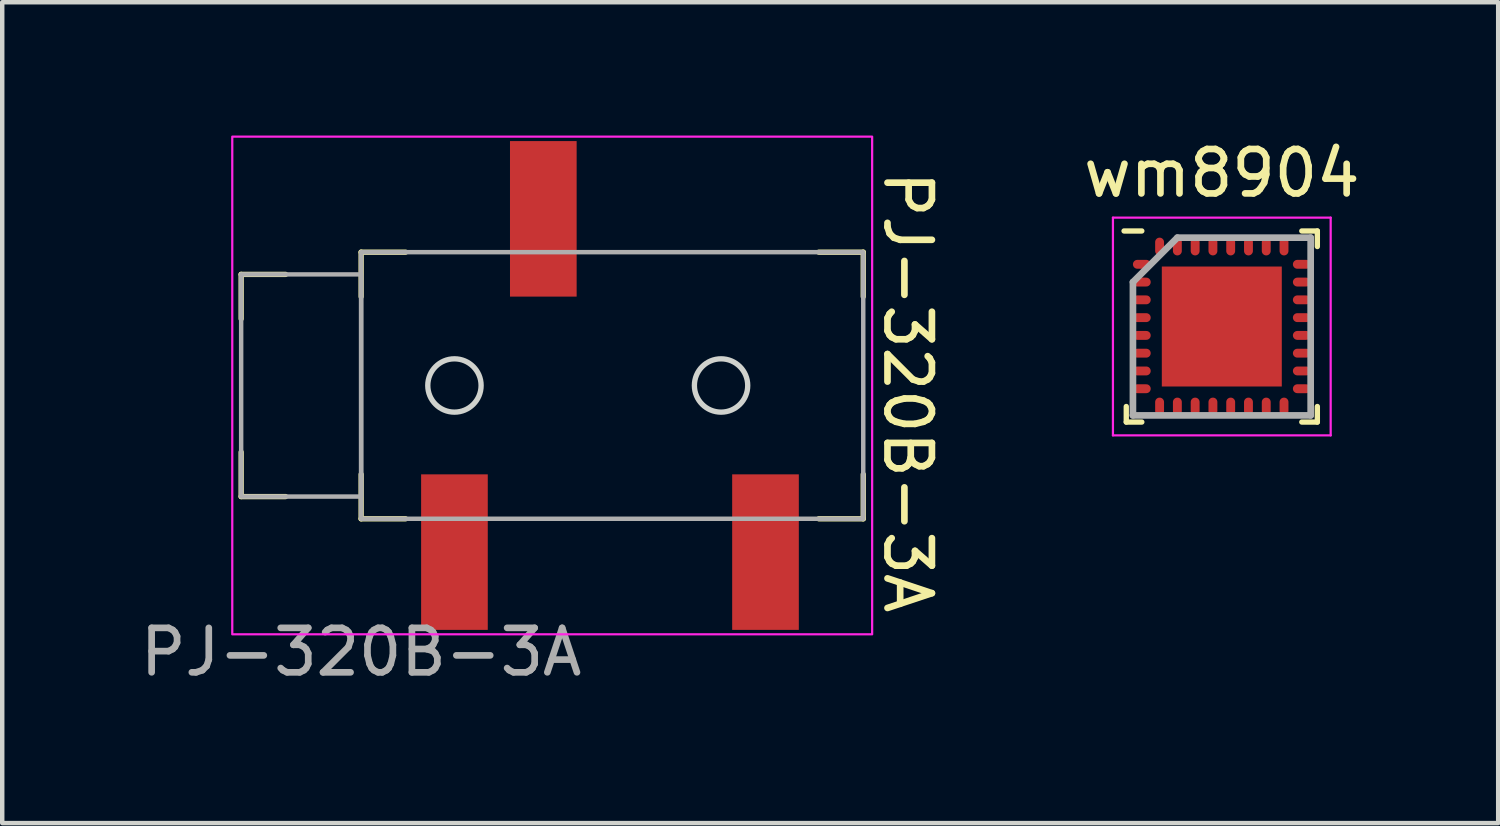
<source format=kicad_pcb>
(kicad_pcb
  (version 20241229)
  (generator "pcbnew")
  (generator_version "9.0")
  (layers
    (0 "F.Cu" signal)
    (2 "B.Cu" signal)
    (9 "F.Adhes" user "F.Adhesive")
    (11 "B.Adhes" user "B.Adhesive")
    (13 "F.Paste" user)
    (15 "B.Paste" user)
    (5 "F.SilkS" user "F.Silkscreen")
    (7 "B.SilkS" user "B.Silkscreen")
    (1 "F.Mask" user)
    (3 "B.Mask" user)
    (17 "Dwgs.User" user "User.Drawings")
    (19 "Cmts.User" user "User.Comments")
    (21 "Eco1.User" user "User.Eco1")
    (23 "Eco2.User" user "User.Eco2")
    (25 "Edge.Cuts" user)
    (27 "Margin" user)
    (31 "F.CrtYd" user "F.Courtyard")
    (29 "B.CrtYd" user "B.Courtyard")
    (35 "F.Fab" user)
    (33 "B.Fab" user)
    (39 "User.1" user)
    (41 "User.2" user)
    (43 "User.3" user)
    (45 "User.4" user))
  (footprint "wm8904"
    (layer "F.Cu")
    (at 24.446 4.298)
    (property "Reference" "wm8904" (at 0 -3.45 0) (layer "F.SilkS") (effects (font (size 1 1) (thickness 0.15))))
    (attr through_hole)
    (fp_line (start -2.15 2.15) (end -2.15 1.8) (stroke (width 0.12) (type solid)) (layer "F.SilkS"))
    (fp_line (start -1.8 -2.15) (end -2.2 -2.15) (stroke (width 0.12) (type solid)) (layer "F.SilkS"))
    (fp_line (start -1.8 2.15) (end -2.15 2.15) (stroke (width 0.12) (type solid)) (layer "F.SilkS"))
    (fp_line (start 1.8 -2.15) (end 2.15 -2.15) (stroke (width 0.12) (type solid)) (layer "F.SilkS"))
    (fp_line (start 1.8 2.15) (end 2.15 2.15) (stroke (width 0.12) (type solid)) (layer "F.SilkS"))
    (fp_line (start 2.15 -2.15) (end 2.15 -1.8) (stroke (width 0.12) (type solid)) (layer "F.SilkS"))
    (fp_line (start 2.15 2.15) (end 2.15 1.8) (stroke (width 0.12) (type solid)) (layer "F.SilkS"))
    (fp_line (start -2.45 -2.45) (end 2.45 -2.45) (stroke (width 0.05) (type solid)) (layer "F.CrtYd"))
    (fp_line (start -2.45 2.45) (end -2.45 -2.45) (stroke (width 0.05) (type solid)) (layer "F.CrtYd"))
    (fp_line (start 2.45 -2.45) (end 2.45 2.45) (stroke (width 0.05) (type solid)) (layer "F.CrtYd"))
    (fp_line (start 2.45 2.45) (end -2.45 2.45) (stroke (width 0.05) (type solid)) (layer "F.CrtYd"))
    (fp_line (start -2 -1) (end -2 2) (stroke (width 0.15) (type solid)) (layer "F.Fab"))
    (fp_line (start -2 2) (end 2 2) (stroke (width 0.15) (type solid)) (layer "F.Fab"))
    (fp_line (start -1 -2) (end -2 -1) (stroke (width 0.15) (type solid)) (layer "F.Fab"))
    (fp_line (start 2 -2) (end -1 -2) (stroke (width 0.15) (type solid)) (layer "F.Fab"))
    (fp_line (start 2 2) (end 2 -2) (stroke (width 0.15) (type solid)) (layer "F.Fab"))
    (pad "1" smd oval (at -1.8 -1.4 90) (size 0.2 0.4) (layers "F.Cu" "F.Mask" "F.Paste"))
    (pad "2" smd oval (at -1.8 -1 90) (size 0.2 0.4) (layers "F.Cu" "F.Mask" "F.Paste"))
    (pad "3" smd oval (at -1.8 -0.6 90) (size 0.2 0.4) (layers "F.Cu" "F.Mask" "F.Paste"))
    (pad "4" smd oval (at -1.8 -0.2 90) (size 0.2 0.4) (layers "F.Cu" "F.Mask" "F.Paste"))
    (pad "5" smd oval (at -1.8 0.2 90) (size 0.2 0.4) (layers "F.Cu" "F.Mask" "F.Paste"))
    (pad "6" smd oval (at -1.8 0.6 90) (size 0.2 0.4) (layers "F.Cu" "F.Mask" "F.Paste"))
    (pad "7" smd oval (at -1.8 1 90) (size 0.2 0.4) (layers "F.Cu" "F.Mask" "F.Paste"))
    (pad "8" smd oval (at -1.8 1.4 90) (size 0.2 0.4) (layers "F.Cu" "F.Mask" "F.Paste"))
    (pad "9" smd oval (at -1.4 1.8) (size 0.2 0.4) (layers "F.Cu" "F.Mask" "F.Paste"))
    (pad "10" smd oval (at -1 1.8) (size 0.2 0.4) (layers "F.Cu" "F.Mask" "F.Paste"))
    (pad "11" smd oval (at -0.6 1.8) (size 0.2 0.4) (layers "F.Cu" "F.Mask" "F.Paste"))
    (pad "12" smd oval (at -0.2 1.8) (size 0.2 0.4) (layers "F.Cu" "F.Mask" "F.Paste"))
    (pad "13" smd oval (at 0.2 1.8) (size 0.2 0.4) (layers "F.Cu" "F.Mask" "F.Paste"))
    (pad "14" smd oval (at 0.6 1.8) (size 0.2 0.4) (layers "F.Cu" "F.Mask" "F.Paste"))
    (pad "15" smd oval (at 1 1.8) (size 0.2 0.4) (layers "F.Cu" "F.Mask" "F.Paste"))
    (pad "16" smd oval (at 1.4 1.8) (size 0.2 0.4) (layers "F.Cu" "F.Mask" "F.Paste"))
    (pad "17" smd oval (at 1.8 1.4 90) (size 0.2 0.4) (layers "F.Cu" "F.Mask" "F.Paste"))
    (pad "18" smd oval (at 1.8 1 90) (size 0.2 0.4) (layers "F.Cu" "F.Mask" "F.Paste"))
    (pad "19" smd oval (at 1.8 0.6 90) (size 0.2 0.4) (layers "F.Cu" "F.Mask" "F.Paste"))
    (pad "20" smd oval (at 1.8 0.2 90) (size 0.2 0.4) (layers "F.Cu" "F.Mask" "F.Paste"))
    (pad "21" smd oval (at 1.8 -0.2 90) (size 0.2 0.4) (layers "F.Cu" "F.Mask" "F.Paste"))
    (pad "22" smd oval (at 1.8 -0.6 90) (size 0.2 0.4) (layers "F.Cu" "F.Mask" "F.Paste"))
    (pad "23" smd oval (at 1.8 -1 90) (size 0.2 0.4) (layers "F.Cu" "F.Mask" "F.Paste"))
    (pad "24" smd oval (at 1.8 -1.4 90) (size 0.2 0.4) (layers "F.Cu" "F.Mask" "F.Paste"))
    (pad "25" smd oval (at 1.4 -1.8) (size 0.2 0.4) (layers "F.Cu" "F.Mask" "F.Paste"))
    (pad "26" smd oval (at 1 -1.8) (size 0.2 0.4) (layers "F.Cu" "F.Mask" "F.Paste"))
    (pad "27" smd oval (at 0.6 -1.8) (size 0.2 0.4) (layers "F.Cu" "F.Mask" "F.Paste"))
    (pad "28" smd oval (at 0.2 -1.8) (size 0.2 0.4) (layers "F.Cu" "F.Mask" "F.Paste"))
    (pad "29" smd oval (at -0.2 -1.8) (size 0.2 0.4) (layers "F.Cu" "F.Mask" "F.Paste"))
    (pad "30" smd oval (at -0.6 -1.8) (size 0.2 0.4) (layers "F.Cu" "F.Mask" "F.Paste"))
    (pad "31" smd oval (at -1 -1.8) (size 0.2 0.4) (layers "F.Cu" "F.Mask" "F.Paste"))
    (pad "32" smd oval (at -1.4 -1.8) (size 0.2 0.4) (layers "F.Cu" "F.Mask" "F.Paste"))
    (pad "33" smd rect (at 0 0) (size 2.7 2.7) (layers "F.Cu" "F.Mask" "F.Paste")))
  (footprint "PJ-320B-3A"
    (layer "F.Cu")
    (at 10.727 5.625)
    (property "Reference" "PJ-320B-3A" (at 6.65 0.15 270) (unlocked yes) (layer "F.SilkS") (effects (font (size 1 1) (thickness 0.15))))
    (attr smd)
    (fp_line (start -8.35 -2.5) (end -8.35 -1.5) (stroke (width 0.12) (type solid)) (layer "F.SilkS"))
    (fp_line (start -8.35 2.5) (end -8.35 1.5) (stroke (width 0.12) (type solid)) (layer "F.SilkS"))
    (fp_line (start -7.35 -2.5) (end -8.35 -2.5) (stroke (width 0.12) (type solid)) (layer "F.SilkS"))
    (fp_line (start -7.35 2.5) (end -8.35 2.5) (stroke (width 0.12) (type solid)) (layer "F.SilkS"))
    (fp_line (start -5.65 -3) (end -5.65 -2) (stroke (width 0.12) (type solid)) (layer "F.SilkS"))
    (fp_line (start -5.65 3) (end -5.65 2) (stroke (width 0.12) (type solid)) (layer "F.SilkS"))
    (fp_line (start -4.65 -3) (end -5.65 -3) (stroke (width 0.12) (type solid)) (layer "F.SilkS"))
    (fp_line (start -4.65 3) (end -5.65 3) (stroke (width 0.12) (type solid)) (layer "F.SilkS"))
    (fp_line (start 4.65 -3) (end 5.65 -3) (stroke (width 0.12) (type solid)) (layer "F.SilkS"))
    (fp_line (start 5.65 -3) (end 5.65 -2) (stroke (width 0.12) (type solid)) (layer "F.SilkS"))
    (fp_line (start 5.65 2) (end 5.65 3) (stroke (width 0.12) (type solid)) (layer "F.SilkS"))
    (fp_line (start 5.65 3) (end 4.65 3) (stroke (width 0.12) (type solid)) (layer "F.SilkS"))
    (fp_circle (center -3.55 0) (end -3.55 0.6) (stroke (width 0.12) (type solid)) (fill no) (layer "Edge.Cuts"))
    (fp_circle (center 2.45 0) (end 2.45 0.6) (stroke (width 0.12) (type solid)) (fill no) (layer "Edge.Cuts"))
    (fp_rect (start 5.85 -5.6) (end -8.55 5.6) (stroke (width 0.05) (type solid)) (fill no) (layer "F.CrtYd"))
    (fp_rect (start -5.65 -3) (end 5.65 3) (stroke (width 0.1) (type solid)) (fill no) (layer "F.Fab"))
    (fp_rect (start -5.65 -2.5) (end -8.35 2.5) (stroke (width 0.1) (type solid)) (fill no) (layer "F.Fab"))
    (fp_text user "${REFERENCE}" (at -5.65 6 0) (unlocked yes) (layer "F.Fab") (effects (font (size 1 1) (thickness 0.15))))
    (pad "R" smd rect (at -1.55 -3.75 270) (size 3.5 1.5) (layers "F.Cu" "F.Mask" "F.Paste"))
    (pad "S" smd rect (at -3.55 3.75 270) (size 3.5 1.5) (layers "F.Cu" "F.Mask" "F.Paste"))
    (pad "T" smd rect (at 3.45 3.75 270) (size 3.5 1.5) (layers "F.Cu" "F.Mask" "F.Paste")))
  (gr_rect
    (start -3 -3)
    (end 30.666 15.473)
    (stroke (width 0.1) (type default))
    (fill no)
    (layer "Edge.Cuts")))
</source>
